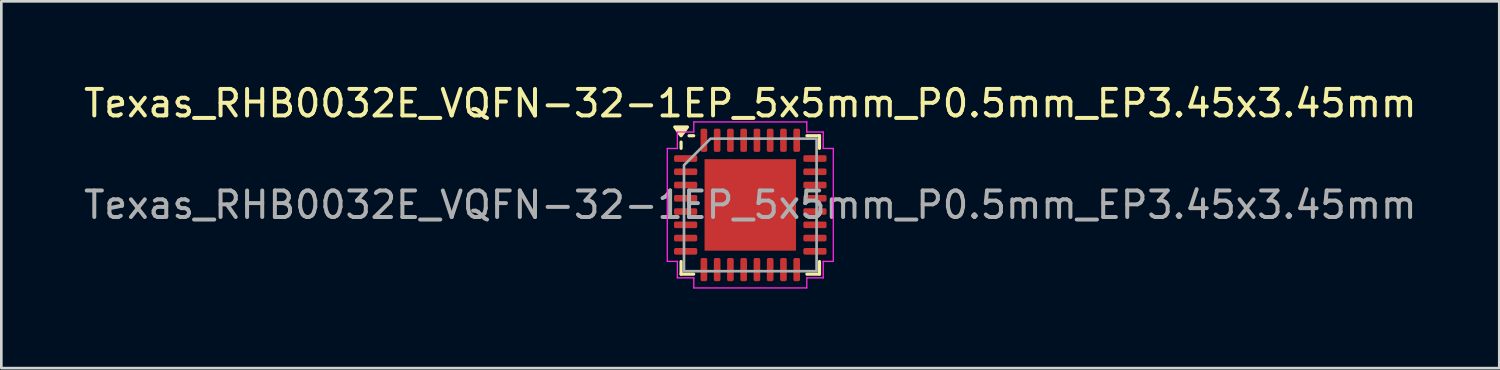
<source format=kicad_pcb>
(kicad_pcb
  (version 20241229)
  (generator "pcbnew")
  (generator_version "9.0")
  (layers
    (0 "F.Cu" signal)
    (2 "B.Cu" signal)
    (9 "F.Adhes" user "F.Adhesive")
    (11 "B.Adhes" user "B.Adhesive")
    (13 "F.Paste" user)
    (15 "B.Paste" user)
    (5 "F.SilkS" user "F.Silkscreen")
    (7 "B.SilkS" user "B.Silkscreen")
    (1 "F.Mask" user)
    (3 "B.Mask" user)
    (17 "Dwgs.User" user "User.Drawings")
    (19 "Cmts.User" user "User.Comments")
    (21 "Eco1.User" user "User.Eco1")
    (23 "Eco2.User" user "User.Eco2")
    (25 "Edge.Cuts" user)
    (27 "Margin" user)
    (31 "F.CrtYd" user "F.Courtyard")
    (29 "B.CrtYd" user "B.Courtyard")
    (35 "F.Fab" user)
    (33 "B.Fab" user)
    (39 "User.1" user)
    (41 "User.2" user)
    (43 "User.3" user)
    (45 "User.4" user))
  (footprint "Texas_RHB0032E_VQFN-32-1EP_5x5mm_P0.5mm_EP3.45x3.45mm"
    (layer "F.Cu")
    (at 25.244 4.678)
    (property "Reference" "Texas_RHB0032E_VQFN-32-1EP_5x5mm_P0.5mm_EP3.45x3.45mm" (at 0 -3.83 0) (layer "F.SilkS") (effects (font (size 1 1) (thickness 0.15))))
    (attr smd)
    (fp_line (start -2.61 -2.135) (end -2.61 -2.37) (stroke (width 0.12) (type solid)) (layer "F.SilkS"))
    (fp_line (start -2.61 2.61) (end -2.61 2.135) (stroke (width 0.12) (type solid)) (layer "F.SilkS"))
    (fp_line (start -2.135 -2.61) (end -2.31 -2.61) (stroke (width 0.12) (type solid)) (layer "F.SilkS"))
    (fp_line (start -2.135 2.61) (end -2.61 2.61) (stroke (width 0.12) (type solid)) (layer "F.SilkS"))
    (fp_line (start 2.135 -2.61) (end 2.61 -2.61) (stroke (width 0.12) (type solid)) (layer "F.SilkS"))
    (fp_line (start 2.135 2.61) (end 2.61 2.61) (stroke (width 0.12) (type solid)) (layer "F.SilkS"))
    (fp_line (start 2.61 -2.61) (end 2.61 -2.135) (stroke (width 0.12) (type solid)) (layer "F.SilkS"))
    (fp_line (start 2.61 2.61) (end 2.61 2.135) (stroke (width 0.12) (type solid)) (layer "F.SilkS"))
    (fp_poly (pts (xy -2.61 -2.61) (xy -2.85 -2.94) (xy -2.37 -2.94)) (stroke (width 0.12) (type solid)) (fill yes) (layer "F.SilkS"))
    (fp_line (start -3.13 -2.13) (end -2.75 -2.13) (stroke (width 0.05) (type solid)) (layer "F.CrtYd"))
    (fp_line (start -3.13 2.13) (end -3.13 -2.13) (stroke (width 0.05) (type solid)) (layer "F.CrtYd"))
    (fp_line (start -2.75 -2.75) (end -2.13 -2.75) (stroke (width 0.05) (type solid)) (layer "F.CrtYd"))
    (fp_line (start -2.75 -2.13) (end -2.75 -2.75) (stroke (width 0.05) (type solid)) (layer "F.CrtYd"))
    (fp_line (start -2.75 2.13) (end -3.13 2.13) (stroke (width 0.05) (type solid)) (layer "F.CrtYd"))
    (fp_line (start -2.75 2.75) (end -2.75 2.13) (stroke (width 0.05) (type solid)) (layer "F.CrtYd"))
    (fp_line (start -2.13 -3.13) (end 2.13 -3.13) (stroke (width 0.05) (type solid)) (layer "F.CrtYd"))
    (fp_line (start -2.13 -2.75) (end -2.13 -3.13) (stroke (width 0.05) (type solid)) (layer "F.CrtYd"))
    (fp_line (start -2.13 2.75) (end -2.75 2.75) (stroke (width 0.05) (type solid)) (layer "F.CrtYd"))
    (fp_line (start -2.13 3.13) (end -2.13 2.75) (stroke (width 0.05) (type solid)) (layer "F.CrtYd"))
    (fp_line (start 2.13 -3.13) (end 2.13 -2.75) (stroke (width 0.05) (type solid)) (layer "F.CrtYd"))
    (fp_line (start 2.13 -2.75) (end 2.75 -2.75) (stroke (width 0.05) (type solid)) (layer "F.CrtYd"))
    (fp_line (start 2.13 2.75) (end 2.13 3.13) (stroke (width 0.05) (type solid)) (layer "F.CrtYd"))
    (fp_line (start 2.13 3.13) (end -2.13 3.13) (stroke (width 0.05) (type solid)) (layer "F.CrtYd"))
    (fp_line (start 2.75 -2.75) (end 2.75 -2.13) (stroke (width 0.05) (type solid)) (layer "F.CrtYd"))
    (fp_line (start 2.75 -2.13) (end 3.13 -2.13) (stroke (width 0.05) (type solid)) (layer "F.CrtYd"))
    (fp_line (start 2.75 2.13) (end 2.75 2.75) (stroke (width 0.05) (type solid)) (layer "F.CrtYd"))
    (fp_line (start 2.75 2.75) (end 2.13 2.75) (stroke (width 0.05) (type solid)) (layer "F.CrtYd"))
    (fp_line (start 3.13 -2.13) (end 3.13 2.13) (stroke (width 0.05) (type solid)) (layer "F.CrtYd"))
    (fp_line (start 3.13 2.13) (end 2.75 2.13) (stroke (width 0.05) (type solid)) (layer "F.CrtYd"))
    (fp_poly (pts (xy -2.5 -1.5) (xy -2.5 2.5) (xy 2.5 2.5) (xy 2.5 -2.5) (xy -1.5 -2.5)) (stroke (width 0.1) (type solid)) (fill no) (layer "F.Fab"))
    (fp_text user "${REFERENCE}" (at 0 0 0) (layer "F.Fab") (effects (font (size 1 1) (thickness 0.15))))
    (pad "" smd roundrect (at -1.15 -1.15) (size 0.93 0.93) (layers "F.Paste") (roundrect_rratio 0.25))
    (pad "" smd roundrect (at -1.15 0) (size 0.93 0.93) (layers "F.Paste") (roundrect_rratio 0.25))
    (pad "" smd roundrect (at -1.15 1.15) (size 0.93 0.93) (layers "F.Paste") (roundrect_rratio 0.25))
    (pad "" smd roundrect (at 0 -1.15) (size 0.93 0.93) (layers "F.Paste") (roundrect_rratio 0.25))
    (pad "" smd roundrect (at 0 0) (size 0.93 0.93) (layers "F.Paste") (roundrect_rratio 0.25))
    (pad "" smd roundrect (at 0 1.15) (size 0.93 0.93) (layers "F.Paste") (roundrect_rratio 0.25))
    (pad "" smd roundrect (at 1.15 -1.15) (size 0.93 0.93) (layers "F.Paste") (roundrect_rratio 0.25))
    (pad "" smd roundrect (at 1.15 0) (size 0.93 0.93) (layers "F.Paste") (roundrect_rratio 0.25))
    (pad "" smd roundrect (at 1.15 1.15) (size 0.93 0.93) (layers "F.Paste") (roundrect_rratio 0.25))
    (pad "1" smd roundrect (at -2.438 -1.75) (size 0.875 0.25) (layers "F.Cu" "F.Mask" "F.Paste") (roundrect_rratio 0.25))
    (pad "2" smd roundrect (at -2.438 -1.25) (size 0.875 0.25) (layers "F.Cu" "F.Mask" "F.Paste") (roundrect_rratio 0.25))
    (pad "3" smd roundrect (at -2.438 -0.75) (size 0.875 0.25) (layers "F.Cu" "F.Mask" "F.Paste") (roundrect_rratio 0.25))
    (pad "4" smd roundrect (at -2.438 -0.25) (size 0.875 0.25) (layers "F.Cu" "F.Mask" "F.Paste") (roundrect_rratio 0.25))
    (pad "5" smd roundrect (at -2.438 0.25) (size 0.875 0.25) (layers "F.Cu" "F.Mask" "F.Paste") (roundrect_rratio 0.25))
    (pad "6" smd roundrect (at -2.438 0.75) (size 0.875 0.25) (layers "F.Cu" "F.Mask" "F.Paste") (roundrect_rratio 0.25))
    (pad "7" smd roundrect (at -2.438 1.25) (size 0.875 0.25) (layers "F.Cu" "F.Mask" "F.Paste") (roundrect_rratio 0.25))
    (pad "8" smd roundrect (at -2.438 1.75) (size 0.875 0.25) (layers "F.Cu" "F.Mask" "F.Paste") (roundrect_rratio 0.25))
    (pad "9" smd roundrect (at -1.75 2.438) (size 0.25 0.875) (layers "F.Cu" "F.Mask" "F.Paste") (roundrect_rratio 0.25))
    (pad "10" smd roundrect (at -1.25 2.438) (size 0.25 0.875) (layers "F.Cu" "F.Mask" "F.Paste") (roundrect_rratio 0.25))
    (pad "11" smd roundrect (at -0.75 2.438) (size 0.25 0.875) (layers "F.Cu" "F.Mask" "F.Paste") (roundrect_rratio 0.25))
    (pad "12" smd roundrect (at -0.25 2.438) (size 0.25 0.875) (layers "F.Cu" "F.Mask" "F.Paste") (roundrect_rratio 0.25))
    (pad "13" smd roundrect (at 0.25 2.438) (size 0.25 0.875) (layers "F.Cu" "F.Mask" "F.Paste") (roundrect_rratio 0.25))
    (pad "14" smd roundrect (at 0.75 2.438) (size 0.25 0.875) (layers "F.Cu" "F.Mask" "F.Paste") (roundrect_rratio 0.25))
    (pad "15" smd roundrect (at 1.25 2.438) (size 0.25 0.875) (layers "F.Cu" "F.Mask" "F.Paste") (roundrect_rratio 0.25))
    (pad "16" smd roundrect (at 1.75 2.438) (size 0.25 0.875) (layers "F.Cu" "F.Mask" "F.Paste") (roundrect_rratio 0.25))
    (pad "17" smd roundrect (at 2.438 1.75) (size 0.875 0.25) (layers "F.Cu" "F.Mask" "F.Paste") (roundrect_rratio 0.25))
    (pad "18" smd roundrect (at 2.438 1.25) (size 0.875 0.25) (layers "F.Cu" "F.Mask" "F.Paste") (roundrect_rratio 0.25))
    (pad "19" smd roundrect (at 2.438 0.75) (size 0.875 0.25) (layers "F.Cu" "F.Mask" "F.Paste") (roundrect_rratio 0.25))
    (pad "20" smd roundrect (at 2.438 0.25) (size 0.875 0.25) (layers "F.Cu" "F.Mask" "F.Paste") (roundrect_rratio 0.25))
    (pad "21" smd roundrect (at 2.438 -0.25) (size 0.875 0.25) (layers "F.Cu" "F.Mask" "F.Paste") (roundrect_rratio 0.25))
    (pad "22" smd roundrect (at 2.438 -0.75) (size 0.875 0.25) (layers "F.Cu" "F.Mask" "F.Paste") (roundrect_rratio 0.25))
    (pad "23" smd roundrect (at 2.438 -1.25) (size 0.875 0.25) (layers "F.Cu" "F.Mask" "F.Paste") (roundrect_rratio 0.25))
    (pad "24" smd roundrect (at 2.438 -1.75) (size 0.875 0.25) (layers "F.Cu" "F.Mask" "F.Paste") (roundrect_rratio 0.25))
    (pad "25" smd roundrect (at 1.75 -2.438) (size 0.25 0.875) (layers "F.Cu" "F.Mask" "F.Paste") (roundrect_rratio 0.25))
    (pad "26" smd roundrect (at 1.25 -2.438) (size 0.25 0.875) (layers "F.Cu" "F.Mask" "F.Paste") (roundrect_rratio 0.25))
    (pad "27" smd roundrect (at 0.75 -2.438) (size 0.25 0.875) (layers "F.Cu" "F.Mask" "F.Paste") (roundrect_rratio 0.25))
    (pad "28" smd roundrect (at 0.25 -2.438) (size 0.25 0.875) (layers "F.Cu" "F.Mask" "F.Paste") (roundrect_rratio 0.25))
    (pad "29" smd roundrect (at -0.25 -2.438) (size 0.25 0.875) (layers "F.Cu" "F.Mask" "F.Paste") (roundrect_rratio 0.25))
    (pad "30" smd roundrect (at -0.75 -2.438) (size 0.25 0.875) (layers "F.Cu" "F.Mask" "F.Paste") (roundrect_rratio 0.25))
    (pad "31" smd roundrect (at -1.25 -2.438) (size 0.25 0.875) (layers "F.Cu" "F.Mask" "F.Paste") (roundrect_rratio 0.25))
    (pad "32" smd roundrect (at -1.75 -2.438) (size 0.25 0.875) (layers "F.Cu" "F.Mask" "F.Paste") (roundrect_rratio 0.25))
    (pad "33" smd rect (at 0 0) (size 3.45 3.45) (property pad_prop_heatsink) (layers "F.Cu" "F.Mask")))
  (gr_rect
    (start -3 -3)
    (end 53.488 10.833)
    (stroke (width 0.1) (type default))
    (fill no)
    (layer "Edge.Cuts")))
</source>
